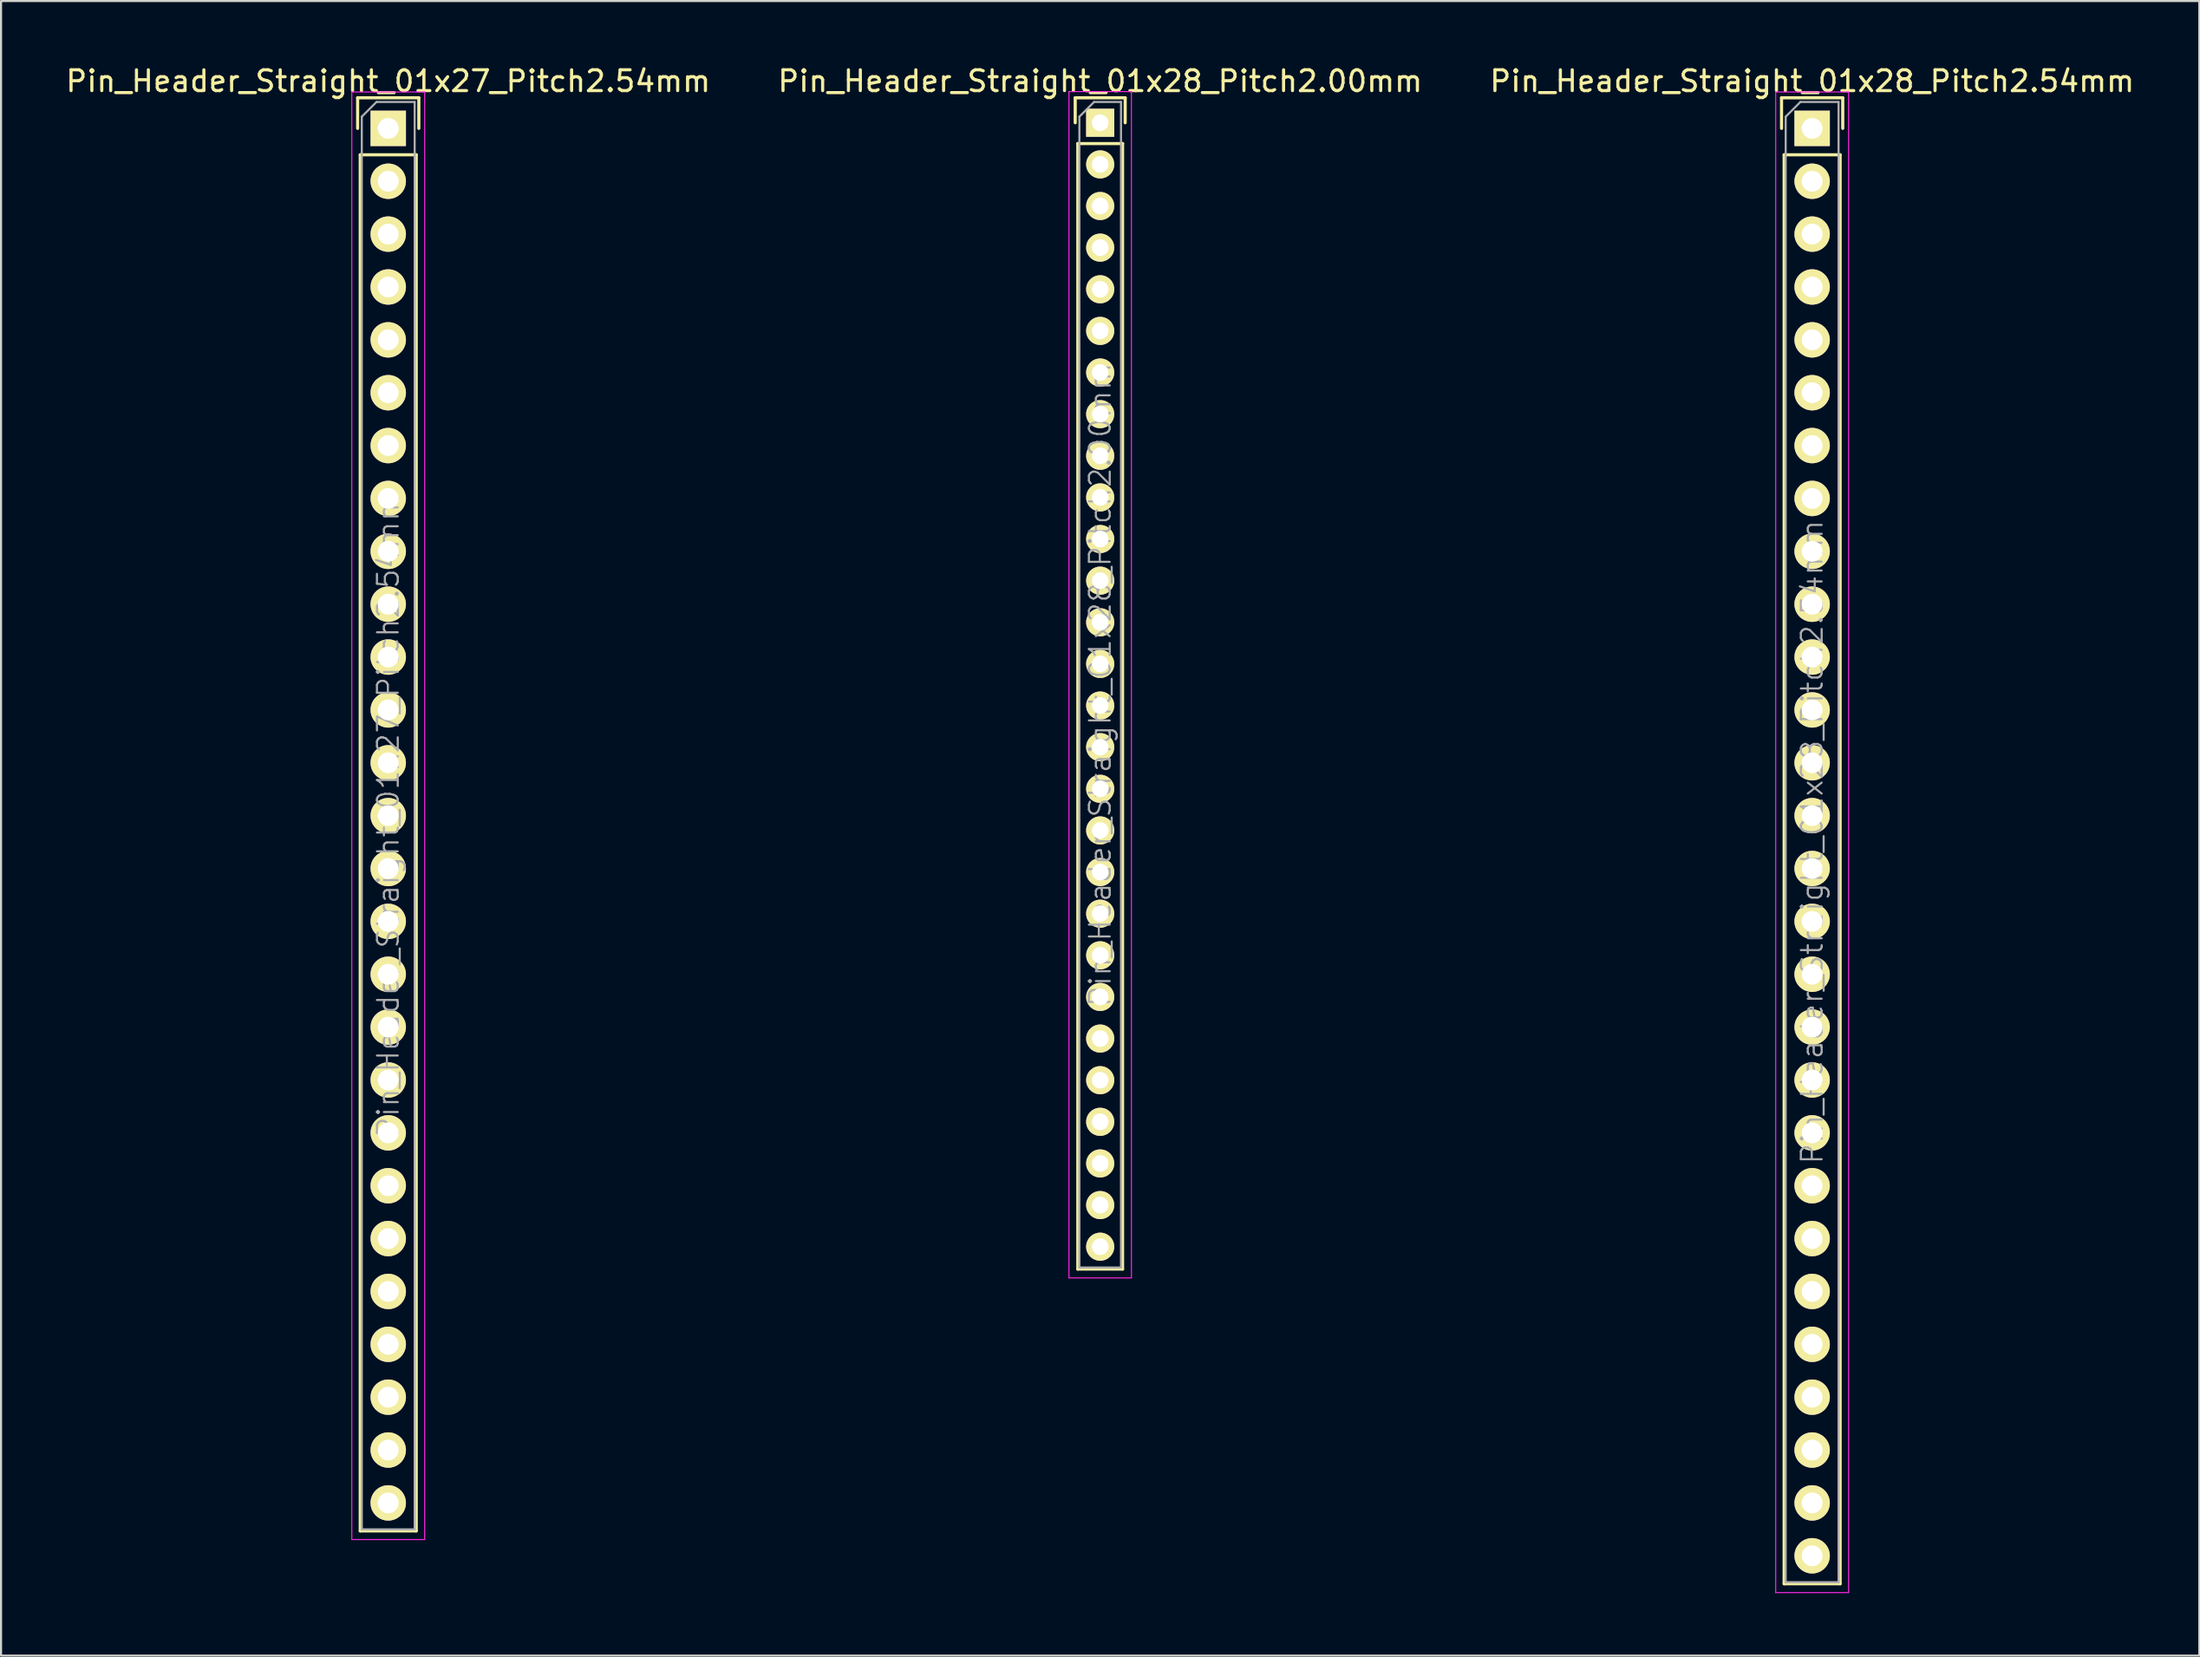
<source format=kicad_pcb>
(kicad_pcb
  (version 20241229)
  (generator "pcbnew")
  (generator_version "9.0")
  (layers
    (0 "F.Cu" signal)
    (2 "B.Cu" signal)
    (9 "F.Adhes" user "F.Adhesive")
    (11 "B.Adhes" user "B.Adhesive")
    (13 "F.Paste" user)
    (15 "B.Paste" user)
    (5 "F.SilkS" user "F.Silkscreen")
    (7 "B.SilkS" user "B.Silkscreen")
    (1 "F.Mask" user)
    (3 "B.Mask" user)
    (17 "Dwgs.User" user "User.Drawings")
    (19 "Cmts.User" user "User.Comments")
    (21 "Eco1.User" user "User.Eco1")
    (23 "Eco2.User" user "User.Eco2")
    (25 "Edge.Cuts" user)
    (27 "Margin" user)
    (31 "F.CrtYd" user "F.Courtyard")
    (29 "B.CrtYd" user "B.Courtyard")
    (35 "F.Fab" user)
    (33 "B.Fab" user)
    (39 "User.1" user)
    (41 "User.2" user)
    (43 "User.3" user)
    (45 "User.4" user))
  (footprint "Pin_Header_Straight_01x27_Pitch2.54mm"
    (layer "F.Cu")
    (at 15.601 3.118)
    (property "Reference" "Pin_Header_Straight_01x27_Pitch2.54mm" (at 0 -2.27 0) (layer "F.SilkS") (effects (font (size 1 1) (thickness 0.15))))
    (attr smd)
    (fp_line (start -1.47 -1.47) (end -1.47 0) (stroke (width 0.15) (type solid)) (layer "F.SilkS"))
    (fp_line (start -1.47 -1.47) (end 1.47 -1.47) (stroke (width 0.15) (type solid)) (layer "F.SilkS"))
    (fp_line (start -1.345 1.27) (end -1.345 67.385) (stroke (width 0.15) (type solid)) (layer "F.SilkS"))
    (fp_line (start -1.345 1.27) (end 1.345 1.27) (stroke (width 0.15) (type solid)) (layer "F.SilkS"))
    (fp_line (start -1.345 67.385) (end 1.345 67.385) (stroke (width 0.15) (type solid)) (layer "F.SilkS"))
    (fp_line (start 1.345 1.27) (end 1.345 67.385) (stroke (width 0.15) (type solid)) (layer "F.SilkS"))
    (fp_line (start 1.47 -1.47) (end 1.47 0) (stroke (width 0.15) (type solid)) (layer "F.SilkS"))
    (fp_line (start -1.75 -1.75) (end -1.75 67.8) (stroke (width 0.05) (type solid)) (layer "F.CrtYd"))
    (fp_line (start 1.75 -1.75) (end -1.75 -1.75) (stroke (width 0.05) (type solid)) (layer "F.CrtYd"))
    (fp_line (start 1.75 -1.75) (end 1.75 67.8) (stroke (width 0.05) (type solid)) (layer "F.CrtYd"))
    (fp_line (start 1.75 67.8) (end -1.75 67.8) (stroke (width 0.05) (type solid)) (layer "F.CrtYd"))
    (fp_line (start -1.27 -0.563) (end -0.563 -1.27) (stroke (width 0.1) (type solid)) (layer "F.Fab"))
    (fp_line (start -1.27 67.31) (end -1.27 -0.563) (stroke (width 0.1) (type solid)) (layer "F.Fab"))
    (fp_line (start 1.27 -1.27) (end -0.563 -1.27) (stroke (width 0.1) (type solid)) (layer "F.Fab"))
    (fp_line (start 1.27 67.31) (end -1.27 67.31) (stroke (width 0.1) (type solid)) (layer "F.Fab"))
    (fp_line (start 1.27 67.31) (end 1.27 -1.27) (stroke (width 0.1) (type solid)) (layer "F.Fab"))
    (fp_text user "${REFERENCE}" (at 0 33.02 90) (layer "F.Fab") (effects (font (size 1 1) (thickness 0.1))))
    (pad "1" thru_hole rect (at 0 0) (size 1.7 1.7) (drill 1) (layers "*.Cu" "*.Mask" "F.SilkS"))
    (pad "2" thru_hole oval (at 0 2.54) (size 1.7 1.7) (drill 1) (layers "*.Cu" "*.Mask" "F.SilkS"))
    (pad "3" thru_hole oval (at 0 5.08) (size 1.7 1.7) (drill 1) (layers "*.Cu" "*.Mask" "F.SilkS"))
    (pad "4" thru_hole oval (at 0 7.62) (size 1.7 1.7) (drill 1) (layers "*.Cu" "*.Mask" "F.SilkS"))
    (pad "5" thru_hole oval (at 0 10.16) (size 1.7 1.7) (drill 1) (layers "*.Cu" "*.Mask" "F.SilkS"))
    (pad "6" thru_hole oval (at 0 12.7) (size 1.7 1.7) (drill 1) (layers "*.Cu" "*.Mask" "F.SilkS"))
    (pad "7" thru_hole oval (at 0 15.24) (size 1.7 1.7) (drill 1) (layers "*.Cu" "*.Mask" "F.SilkS"))
    (pad "8" thru_hole oval (at 0 17.78) (size 1.7 1.7) (drill 1) (layers "*.Cu" "*.Mask" "F.SilkS"))
    (pad "9" thru_hole oval (at 0 20.32) (size 1.7 1.7) (drill 1) (layers "*.Cu" "*.Mask" "F.SilkS"))
    (pad "10" thru_hole oval (at 0 22.86) (size 1.7 1.7) (drill 1) (layers "*.Cu" "*.Mask" "F.SilkS"))
    (pad "11" thru_hole oval (at 0 25.4) (size 1.7 1.7) (drill 1) (layers "*.Cu" "*.Mask" "F.SilkS"))
    (pad "12" thru_hole oval (at 0 27.94) (size 1.7 1.7) (drill 1) (layers "*.Cu" "*.Mask" "F.SilkS"))
    (pad "13" thru_hole oval (at 0 30.48) (size 1.7 1.7) (drill 1) (layers "*.Cu" "*.Mask" "F.SilkS"))
    (pad "14" thru_hole oval (at 0 33.02) (size 1.7 1.7) (drill 1) (layers "*.Cu" "*.Mask" "F.SilkS"))
    (pad "15" thru_hole oval (at 0 35.56) (size 1.7 1.7) (drill 1) (layers "*.Cu" "*.Mask" "F.SilkS"))
    (pad "16" thru_hole oval (at 0 38.1) (size 1.7 1.7) (drill 1) (layers "*.Cu" "*.Mask" "F.SilkS"))
    (pad "17" thru_hole oval (at 0 40.64) (size 1.7 1.7) (drill 1) (layers "*.Cu" "*.Mask" "F.SilkS"))
    (pad "18" thru_hole oval (at 0 43.18) (size 1.7 1.7) (drill 1) (layers "*.Cu" "*.Mask" "F.SilkS"))
    (pad "19" thru_hole oval (at 0 45.72) (size 1.7 1.7) (drill 1) (layers "*.Cu" "*.Mask" "F.SilkS"))
    (pad "20" thru_hole oval (at 0 48.26) (size 1.7 1.7) (drill 1) (layers "*.Cu" "*.Mask" "F.SilkS"))
    (pad "21" thru_hole oval (at 0 50.8) (size 1.7 1.7) (drill 1) (layers "*.Cu" "*.Mask" "F.SilkS"))
    (pad "22" thru_hole oval (at 0 53.34) (size 1.7 1.7) (drill 1) (layers "*.Cu" "*.Mask" "F.SilkS"))
    (pad "23" thru_hole oval (at 0 55.88) (size 1.7 1.7) (drill 1) (layers "*.Cu" "*.Mask" "F.SilkS"))
    (pad "24" thru_hole oval (at 0 58.42) (size 1.7 1.7) (drill 1) (layers "*.Cu" "*.Mask" "F.SilkS"))
    (pad "25" thru_hole oval (at 0 60.96) (size 1.7 1.7) (drill 1) (layers "*.Cu" "*.Mask" "F.SilkS"))
    (pad "26" thru_hole oval (at 0 63.5) (size 1.7 1.7) (drill 1) (layers "*.Cu" "*.Mask" "F.SilkS"))
    (pad "27" thru_hole oval (at 0 66.04) (size 1.7 1.7) (drill 1) (layers "*.Cu" "*.Mask" "F.SilkS")))
  (footprint "Pin_Header_Straight_01x28_Pitch2.54mm"
    (layer "F.Cu")
    (at 84.006 3.118)
    (property "Reference" "Pin_Header_Straight_01x28_Pitch2.54mm" (at 0 -2.27 0) (layer "F.SilkS") (effects (font (size 1 1) (thickness 0.15))))
    (attr smd)
    (fp_line (start -1.47 -1.47) (end -1.47 0) (stroke (width 0.15) (type solid)) (layer "F.SilkS"))
    (fp_line (start -1.47 -1.47) (end 1.47 -1.47) (stroke (width 0.15) (type solid)) (layer "F.SilkS"))
    (fp_line (start -1.345 1.27) (end -1.345 69.925) (stroke (width 0.15) (type solid)) (layer "F.SilkS"))
    (fp_line (start -1.345 1.27) (end 1.345 1.27) (stroke (width 0.15) (type solid)) (layer "F.SilkS"))
    (fp_line (start -1.345 69.925) (end 1.345 69.925) (stroke (width 0.15) (type solid)) (layer "F.SilkS"))
    (fp_line (start 1.345 1.27) (end 1.345 69.925) (stroke (width 0.15) (type solid)) (layer "F.SilkS"))
    (fp_line (start 1.47 -1.47) (end 1.47 0) (stroke (width 0.15) (type solid)) (layer "F.SilkS"))
    (fp_line (start -1.75 -1.75) (end -1.75 70.35) (stroke (width 0.05) (type solid)) (layer "F.CrtYd"))
    (fp_line (start 1.75 -1.75) (end -1.75 -1.75) (stroke (width 0.05) (type solid)) (layer "F.CrtYd"))
    (fp_line (start 1.75 -1.75) (end 1.75 70.35) (stroke (width 0.05) (type solid)) (layer "F.CrtYd"))
    (fp_line (start 1.75 70.35) (end -1.75 70.35) (stroke (width 0.05) (type solid)) (layer "F.CrtYd"))
    (fp_line (start -1.27 -0.563) (end -0.563 -1.27) (stroke (width 0.1) (type solid)) (layer "F.Fab"))
    (fp_line (start -1.27 69.85) (end -1.27 -0.563) (stroke (width 0.1) (type solid)) (layer "F.Fab"))
    (fp_line (start 1.27 -1.27) (end -0.563 -1.27) (stroke (width 0.1) (type solid)) (layer "F.Fab"))
    (fp_line (start 1.27 69.85) (end -1.27 69.85) (stroke (width 0.1) (type solid)) (layer "F.Fab"))
    (fp_line (start 1.27 69.85) (end 1.27 -1.27) (stroke (width 0.1) (type solid)) (layer "F.Fab"))
    (fp_text user "${REFERENCE}" (at 0 34.29 90) (layer "F.Fab") (effects (font (size 1 1) (thickness 0.1))))
    (pad "1" thru_hole rect (at 0 0) (size 1.7 1.7) (drill 1) (layers "*.Cu" "*.Mask" "F.SilkS"))
    (pad "2" thru_hole oval (at 0 2.54) (size 1.7 1.7) (drill 1) (layers "*.Cu" "*.Mask" "F.SilkS"))
    (pad "3" thru_hole oval (at 0 5.08) (size 1.7 1.7) (drill 1) (layers "*.Cu" "*.Mask" "F.SilkS"))
    (pad "4" thru_hole oval (at 0 7.62) (size 1.7 1.7) (drill 1) (layers "*.Cu" "*.Mask" "F.SilkS"))
    (pad "5" thru_hole oval (at 0 10.16) (size 1.7 1.7) (drill 1) (layers "*.Cu" "*.Mask" "F.SilkS"))
    (pad "6" thru_hole oval (at 0 12.7) (size 1.7 1.7) (drill 1) (layers "*.Cu" "*.Mask" "F.SilkS"))
    (pad "7" thru_hole oval (at 0 15.24) (size 1.7 1.7) (drill 1) (layers "*.Cu" "*.Mask" "F.SilkS"))
    (pad "8" thru_hole oval (at 0 17.78) (size 1.7 1.7) (drill 1) (layers "*.Cu" "*.Mask" "F.SilkS"))
    (pad "9" thru_hole oval (at 0 20.32) (size 1.7 1.7) (drill 1) (layers "*.Cu" "*.Mask" "F.SilkS"))
    (pad "10" thru_hole oval (at 0 22.86) (size 1.7 1.7) (drill 1) (layers "*.Cu" "*.Mask" "F.SilkS"))
    (pad "11" thru_hole oval (at 0 25.4) (size 1.7 1.7) (drill 1) (layers "*.Cu" "*.Mask" "F.SilkS"))
    (pad "12" thru_hole oval (at 0 27.94) (size 1.7 1.7) (drill 1) (layers "*.Cu" "*.Mask" "F.SilkS"))
    (pad "13" thru_hole oval (at 0 30.48) (size 1.7 1.7) (drill 1) (layers "*.Cu" "*.Mask" "F.SilkS"))
    (pad "14" thru_hole oval (at 0 33.02) (size 1.7 1.7) (drill 1) (layers "*.Cu" "*.Mask" "F.SilkS"))
    (pad "15" thru_hole oval (at 0 35.56) (size 1.7 1.7) (drill 1) (layers "*.Cu" "*.Mask" "F.SilkS"))
    (pad "16" thru_hole oval (at 0 38.1) (size 1.7 1.7) (drill 1) (layers "*.Cu" "*.Mask" "F.SilkS"))
    (pad "17" thru_hole oval (at 0 40.64) (size 1.7 1.7) (drill 1) (layers "*.Cu" "*.Mask" "F.SilkS"))
    (pad "18" thru_hole oval (at 0 43.18) (size 1.7 1.7) (drill 1) (layers "*.Cu" "*.Mask" "F.SilkS"))
    (pad "19" thru_hole oval (at 0 45.72) (size 1.7 1.7) (drill 1) (layers "*.Cu" "*.Mask" "F.SilkS"))
    (pad "20" thru_hole oval (at 0 48.26) (size 1.7 1.7) (drill 1) (layers "*.Cu" "*.Mask" "F.SilkS"))
    (pad "21" thru_hole oval (at 0 50.8) (size 1.7 1.7) (drill 1) (layers "*.Cu" "*.Mask" "F.SilkS"))
    (pad "22" thru_hole oval (at 0 53.34) (size 1.7 1.7) (drill 1) (layers "*.Cu" "*.Mask" "F.SilkS"))
    (pad "23" thru_hole oval (at 0 55.88) (size 1.7 1.7) (drill 1) (layers "*.Cu" "*.Mask" "F.SilkS"))
    (pad "24" thru_hole oval (at 0 58.42) (size 1.7 1.7) (drill 1) (layers "*.Cu" "*.Mask" "F.SilkS"))
    (pad "25" thru_hole oval (at 0 60.96) (size 1.7 1.7) (drill 1) (layers "*.Cu" "*.Mask" "F.SilkS"))
    (pad "26" thru_hole oval (at 0 63.5) (size 1.7 1.7) (drill 1) (layers "*.Cu" "*.Mask" "F.SilkS"))
    (pad "27" thru_hole oval (at 0 66.04) (size 1.7 1.7) (drill 1) (layers "*.Cu" "*.Mask" "F.SilkS"))
    (pad "28" thru_hole oval (at 0 68.58) (size 1.7 1.7) (drill 1) (layers "*.Cu" "*.Mask" "F.SilkS")))
  (footprint "Pin_Header_Straight_01x28_Pitch2.00mm"
    (layer "F.Cu")
    (at 49.804 2.848)
    (property "Reference" "Pin_Header_Straight_01x28_Pitch2.00mm" (at 0 -2 0) (layer "F.SilkS") (effects (font (size 1 1) (thickness 0.15))))
    (attr smd)
    (fp_line (start -1.2 -1.2) (end -1.2 0) (stroke (width 0.15) (type solid)) (layer "F.SilkS"))
    (fp_line (start -1.2 -1.2) (end 1.2 -1.2) (stroke (width 0.15) (type solid)) (layer "F.SilkS"))
    (fp_line (start -1.075 1) (end -1.075 55.075) (stroke (width 0.15) (type solid)) (layer "F.SilkS"))
    (fp_line (start -1.075 1) (end 1.075 1) (stroke (width 0.15) (type solid)) (layer "F.SilkS"))
    (fp_line (start -1.075 55.075) (end 1.075 55.075) (stroke (width 0.15) (type solid)) (layer "F.SilkS"))
    (fp_line (start 1.075 1) (end 1.075 55.075) (stroke (width 0.15) (type solid)) (layer "F.SilkS"))
    (fp_line (start 1.2 -1.2) (end 1.2 0) (stroke (width 0.15) (type solid)) (layer "F.SilkS"))
    (fp_line (start -1.5 -1.5) (end -1.5 55.5) (stroke (width 0.05) (type solid)) (layer "F.CrtYd"))
    (fp_line (start 1.5 -1.5) (end -1.5 -1.5) (stroke (width 0.05) (type solid)) (layer "F.CrtYd"))
    (fp_line (start 1.5 -1.5) (end 1.5 55.5) (stroke (width 0.05) (type solid)) (layer "F.CrtYd"))
    (fp_line (start 1.5 55.5) (end -1.5 55.5) (stroke (width 0.05) (type solid)) (layer "F.CrtYd"))
    (fp_line (start -1 -0.293) (end -0.293 -1) (stroke (width 0.1) (type solid)) (layer "F.Fab"))
    (fp_line (start -1 55) (end -1 -0.293) (stroke (width 0.1) (type solid)) (layer "F.Fab"))
    (fp_line (start 1 -1) (end -0.293 -1) (stroke (width 0.1) (type solid)) (layer "F.Fab"))
    (fp_line (start 1 55) (end -1 55) (stroke (width 0.1) (type solid)) (layer "F.Fab"))
    (fp_line (start 1 55) (end 1 -1) (stroke (width 0.1) (type solid)) (layer "F.Fab"))
    (fp_text user "${REFERENCE}" (at 0 27 90) (layer "F.Fab") (effects (font (size 1 1) (thickness 0.1))))
    (pad "1" thru_hole rect (at 0 0) (size 1.35 1.35) (drill 0.8) (layers "*.Cu" "*.Mask" "F.SilkS"))
    (pad "2" thru_hole oval (at 0 2) (size 1.35 1.35) (drill 0.8) (layers "*.Cu" "*.Mask" "F.SilkS"))
    (pad "3" thru_hole oval (at 0 4) (size 1.35 1.35) (drill 0.8) (layers "*.Cu" "*.Mask" "F.SilkS"))
    (pad "4" thru_hole oval (at 0 6) (size 1.35 1.35) (drill 0.8) (layers "*.Cu" "*.Mask" "F.SilkS"))
    (pad "5" thru_hole oval (at 0 8) (size 1.35 1.35) (drill 0.8) (layers "*.Cu" "*.Mask" "F.SilkS"))
    (pad "6" thru_hole oval (at 0 10) (size 1.35 1.35) (drill 0.8) (layers "*.Cu" "*.Mask" "F.SilkS"))
    (pad "7" thru_hole oval (at 0 12) (size 1.35 1.35) (drill 0.8) (layers "*.Cu" "*.Mask" "F.SilkS"))
    (pad "8" thru_hole oval (at 0 14) (size 1.35 1.35) (drill 0.8) (layers "*.Cu" "*.Mask" "F.SilkS"))
    (pad "9" thru_hole oval (at 0 16) (size 1.35 1.35) (drill 0.8) (layers "*.Cu" "*.Mask" "F.SilkS"))
    (pad "10" thru_hole oval (at 0 18) (size 1.35 1.35) (drill 0.8) (layers "*.Cu" "*.Mask" "F.SilkS"))
    (pad "11" thru_hole oval (at 0 20) (size 1.35 1.35) (drill 0.8) (layers "*.Cu" "*.Mask" "F.SilkS"))
    (pad "12" thru_hole oval (at 0 22) (size 1.35 1.35) (drill 0.8) (layers "*.Cu" "*.Mask" "F.SilkS"))
    (pad "13" thru_hole oval (at 0 24) (size 1.35 1.35) (drill 0.8) (layers "*.Cu" "*.Mask" "F.SilkS"))
    (pad "14" thru_hole oval (at 0 26) (size 1.35 1.35) (drill 0.8) (layers "*.Cu" "*.Mask" "F.SilkS"))
    (pad "15" thru_hole oval (at 0 28) (size 1.35 1.35) (drill 0.8) (layers "*.Cu" "*.Mask" "F.SilkS"))
    (pad "16" thru_hole oval (at 0 30) (size 1.35 1.35) (drill 0.8) (layers "*.Cu" "*.Mask" "F.SilkS"))
    (pad "17" thru_hole oval (at 0 32) (size 1.35 1.35) (drill 0.8) (layers "*.Cu" "*.Mask" "F.SilkS"))
    (pad "18" thru_hole oval (at 0 34) (size 1.35 1.35) (drill 0.8) (layers "*.Cu" "*.Mask" "F.SilkS"))
    (pad "19" thru_hole oval (at 0 36) (size 1.35 1.35) (drill 0.8) (layers "*.Cu" "*.Mask" "F.SilkS"))
    (pad "20" thru_hole oval (at 0 38) (size 1.35 1.35) (drill 0.8) (layers "*.Cu" "*.Mask" "F.SilkS"))
    (pad "21" thru_hole oval (at 0 40) (size 1.35 1.35) (drill 0.8) (layers "*.Cu" "*.Mask" "F.SilkS"))
    (pad "22" thru_hole oval (at 0 42) (size 1.35 1.35) (drill 0.8) (layers "*.Cu" "*.Mask" "F.SilkS"))
    (pad "23" thru_hole oval (at 0 44) (size 1.35 1.35) (drill 0.8) (layers "*.Cu" "*.Mask" "F.SilkS"))
    (pad "24" thru_hole oval (at 0 46) (size 1.35 1.35) (drill 0.8) (layers "*.Cu" "*.Mask" "F.SilkS"))
    (pad "25" thru_hole oval (at 0 48) (size 1.35 1.35) (drill 0.8) (layers "*.Cu" "*.Mask" "F.SilkS"))
    (pad "26" thru_hole oval (at 0 50) (size 1.35 1.35) (drill 0.8) (layers "*.Cu" "*.Mask" "F.SilkS"))
    (pad "27" thru_hole oval (at 0 52) (size 1.35 1.35) (drill 0.8) (layers "*.Cu" "*.Mask" "F.SilkS"))
    (pad "28" thru_hole oval (at 0 54) (size 1.35 1.35) (drill 0.8) (layers "*.Cu" "*.Mask" "F.SilkS")))
  (gr_rect
    (start -3 -3)
    (end 102.607 76.493)
    (stroke (width 0.1) (type default))
    (fill no)
    (layer "Edge.Cuts")))
</source>
